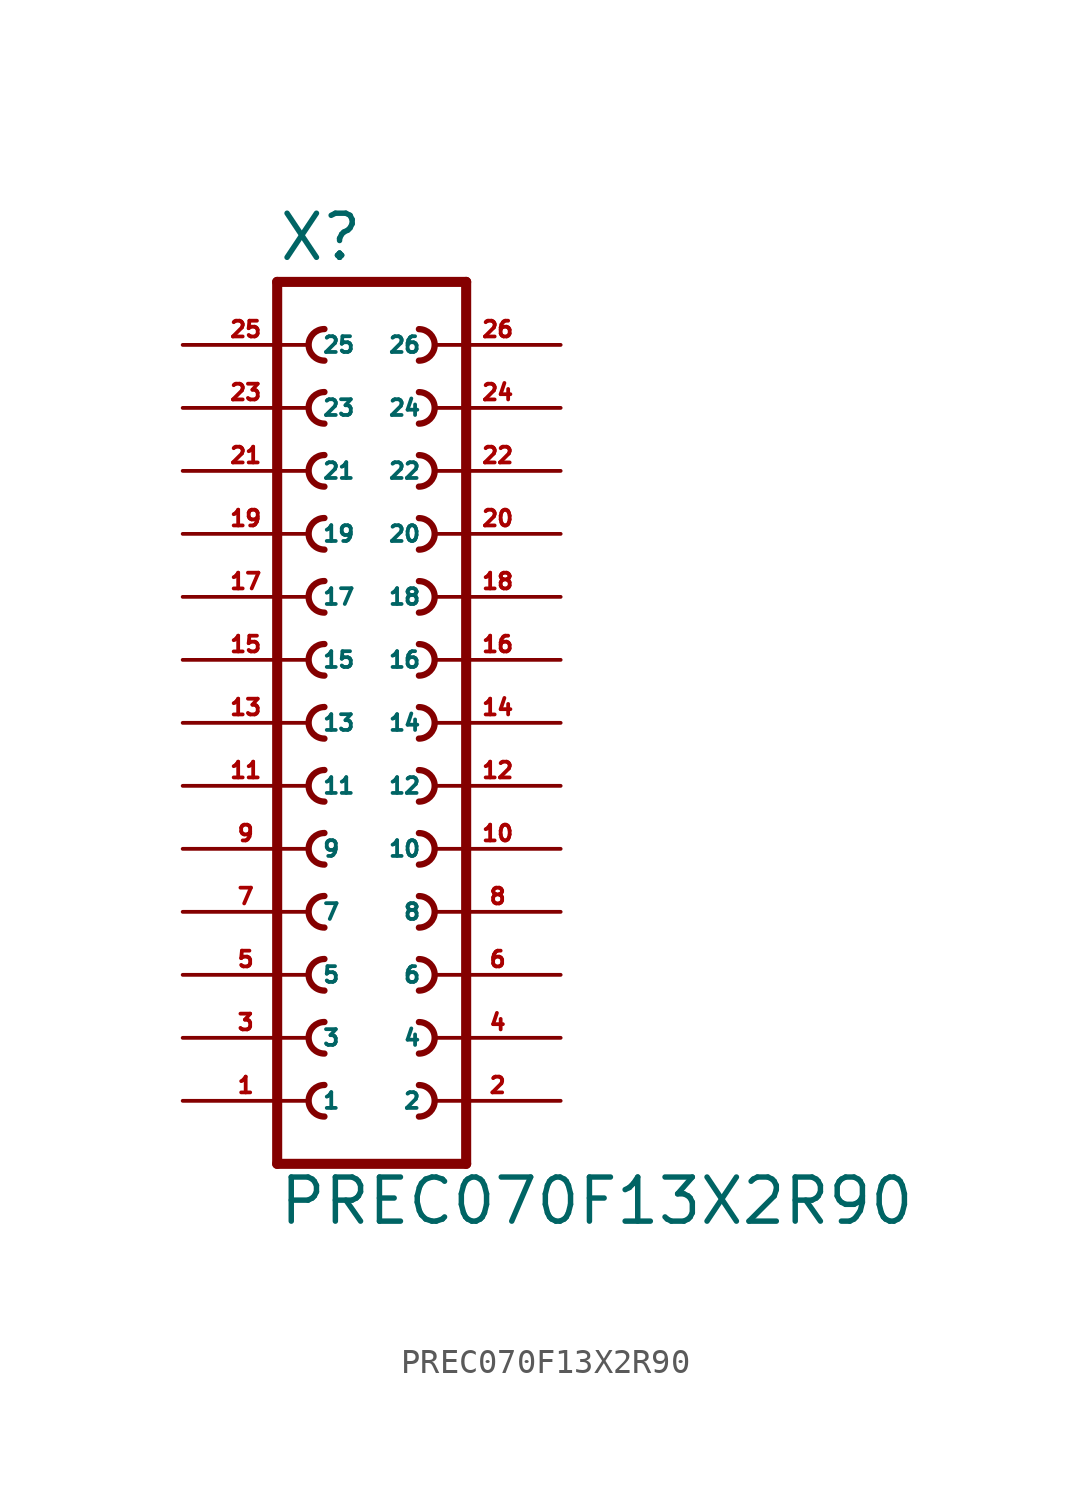
<source format=kicad_sym>
(kicad_symbol_lib
  (version 20220914)
  (generator Eagle2Kicad)
  (symbol "PREC070F13X2R90"
    (property "Reference" "X"
      (at -3.81 18.542 0)
      (effects (font (size 1.778 1.778) (thickness 0.22)) (justify left bottom)))
    (property "Value" "PREC070F13X2R90"
      (at -3.81 -20.32 0)
      (effects (font (size 1.778 1.778) (thickness 0.22)) (justify left bottom)))
    (polyline
      (pts (xy 3.81 -17.78) (xy -3.81 -17.78))
      (stroke (width 0.406) (type default))
      (fill (type none)))
    (arc
      (start -1.905 -9.525)
      (mid -2.540 -10.160)
      (end -1.905 -10.795)
      (stroke (width 0.254) (type default))
      (fill (type none)))
    (arc
      (start -1.905 -12.065)
      (mid -2.540 -12.700)
      (end -1.905 -13.335)
      (stroke (width 0.254) (type default))
      (fill (type none)))
    (arc
      (start -1.905 -14.605)
      (mid -2.540 -15.240)
      (end -1.905 -15.875)
      (stroke (width 0.254) (type default))
      (fill (type none)))
    (arc
      (start 1.905 -10.795)
      (mid 2.540 -10.160)
      (end 1.905 -9.525)
      (stroke (width 0.254) (type default))
      (fill (type none)))
    (arc
      (start 1.905 -13.335)
      (mid 2.540 -12.700)
      (end 1.905 -12.065)
      (stroke (width 0.254) (type default))
      (fill (type none)))
    (arc
      (start 1.905 -15.875)
      (mid 2.540 -15.240)
      (end 1.905 -14.605)
      (stroke (width 0.254) (type default))
      (fill (type none)))
    (arc
      (start -1.905 -4.445)
      (mid -2.540 -5.080)
      (end -1.905 -5.715)
      (stroke (width 0.254) (type default))
      (fill (type none)))
    (arc
      (start -1.905 -6.985)
      (mid -2.540 -7.620)
      (end -1.905 -8.255)
      (stroke (width 0.254) (type default))
      (fill (type none)))
    (arc
      (start 1.905 -5.715)
      (mid 2.540 -5.080)
      (end 1.905 -4.445)
      (stroke (width 0.254) (type default))
      (fill (type none)))
    (arc
      (start 1.905 -8.255)
      (mid 2.540 -7.620)
      (end 1.905 -6.985)
      (stroke (width 0.254) (type default))
      (fill (type none)))
    (arc
      (start -1.905 3.175)
      (mid -2.540 2.540)
      (end -1.905 1.905)
      (stroke (width 0.254) (type default))
      (fill (type none)))
    (arc
      (start -1.905 0.635)
      (mid -2.540 0.000)
      (end -1.905 -0.635)
      (stroke (width 0.254) (type default))
      (fill (type none)))
    (arc
      (start -1.905 -1.905)
      (mid -2.540 -2.540)
      (end -1.905 -3.175)
      (stroke (width 0.254) (type default))
      (fill (type none)))
    (arc
      (start 1.905 1.905)
      (mid 2.540 2.540)
      (end 1.905 3.175)
      (stroke (width 0.254) (type default))
      (fill (type none)))
    (arc
      (start 1.905 -0.635)
      (mid 2.540 0.000)
      (end 1.905 0.635)
      (stroke (width 0.254) (type default))
      (fill (type none)))
    (arc
      (start 1.905 -3.175)
      (mid 2.540 -2.540)
      (end 1.905 -1.905)
      (stroke (width 0.254) (type default))
      (fill (type none)))
    (arc
      (start -1.905 8.255)
      (mid -2.540 7.620)
      (end -1.905 6.985)
      (stroke (width 0.254) (type default))
      (fill (type none)))
    (arc
      (start -1.905 5.715)
      (mid -2.540 5.080)
      (end -1.905 4.445)
      (stroke (width 0.254) (type default))
      (fill (type none)))
    (arc
      (start 1.905 6.985)
      (mid 2.540 7.620)
      (end 1.905 8.255)
      (stroke (width 0.254) (type default))
      (fill (type none)))
    (arc
      (start 1.905 4.445)
      (mid 2.540 5.080)
      (end 1.905 5.715)
      (stroke (width 0.254) (type default))
      (fill (type none)))
    (arc
      (start -1.905 15.875)
      (mid -2.540 15.240)
      (end -1.905 14.605)
      (stroke (width 0.254) (type default))
      (fill (type none)))
    (arc
      (start -1.905 13.335)
      (mid -2.540 12.700)
      (end -1.905 12.065)
      (stroke (width 0.254) (type default))
      (fill (type none)))
    (arc
      (start -1.905 10.795)
      (mid -2.540 10.160)
      (end -1.905 9.525)
      (stroke (width 0.254) (type default))
      (fill (type none)))
    (arc
      (start 1.905 14.605)
      (mid 2.540 15.240)
      (end 1.905 15.875)
      (stroke (width 0.254) (type default))
      (fill (type none)))
    (arc
      (start 1.905 12.065)
      (mid 2.540 12.700)
      (end 1.905 13.335)
      (stroke (width 0.254) (type default))
      (fill (type none)))
    (arc
      (start 1.905 9.525)
      (mid 2.540 10.160)
      (end 1.905 10.795)
      (stroke (width 0.254) (type default))
      (fill (type none)))
    (polyline
      (pts (xy -3.81 17.78) (xy -3.81 -17.78))
      (stroke (width 0.406) (type default))
      (fill (type none)))
    (polyline
      (pts (xy 3.81 -17.78) (xy 3.81 17.78))
      (stroke (width 0.406) (type default))
      (fill (type none)))
    (polyline
      (pts (xy -3.81 17.78) (xy 3.81 17.78))
      (stroke (width 0.406) (type default))
      (fill (type none)))
    (pin passive line
      (at -7.62 -15.24 0)
      (length 5.08)
      (name "1" (effects (font (size 0.635 0.635) (thickness 0.08)) (justify left bottom)))
      (number "1" (effects (font (size 0.635 0.635) (thickness 0.08)) (justify left bottom))))
    (pin passive line
      (at -7.62 -12.7 0)
      (length 5.08)
      (name "3" (effects (font (size 0.635 0.635) (thickness 0.08)) (justify left bottom)))
      (number "3" (effects (font (size 0.635 0.635) (thickness 0.08)) (justify left bottom))))
    (pin passive line
      (at -7.62 -10.16 0)
      (length 5.08)
      (name "5" (effects (font (size 0.635 0.635) (thickness 0.08)) (justify left bottom)))
      (number "5" (effects (font (size 0.635 0.635) (thickness 0.08)) (justify left bottom))))
    (pin passive line
      (at 7.62 -15.24 180)
      (length 5.08)
      (name "2" (effects (font (size 0.635 0.635) (thickness 0.08)) (justify left bottom)))
      (number "2" (effects (font (size 0.635 0.635) (thickness 0.08)) (justify left bottom))))
    (pin passive line
      (at 7.62 -12.7 180)
      (length 5.08)
      (name "4" (effects (font (size 0.635 0.635) (thickness 0.08)) (justify left bottom)))
      (number "4" (effects (font (size 0.635 0.635) (thickness 0.08)) (justify left bottom))))
    (pin passive line
      (at 7.62 -10.16 180)
      (length 5.08)
      (name "6" (effects (font (size 0.635 0.635) (thickness 0.08)) (justify left bottom)))
      (number "6" (effects (font (size 0.635 0.635) (thickness 0.08)) (justify left bottom))))
    (pin passive line
      (at -7.62 -7.62 0)
      (length 5.08)
      (name "7" (effects (font (size 0.635 0.635) (thickness 0.08)) (justify left bottom)))
      (number "7" (effects (font (size 0.635 0.635) (thickness 0.08)) (justify left bottom))))
    (pin passive line
      (at -7.62 -5.08 0)
      (length 5.08)
      (name "9" (effects (font (size 0.635 0.635) (thickness 0.08)) (justify left bottom)))
      (number "9" (effects (font (size 0.635 0.635) (thickness 0.08)) (justify left bottom))))
    (pin passive line
      (at 7.62 -7.62 180)
      (length 5.08)
      (name "8" (effects (font (size 0.635 0.635) (thickness 0.08)) (justify left bottom)))
      (number "8" (effects (font (size 0.635 0.635) (thickness 0.08)) (justify left bottom))))
    (pin passive line
      (at 7.62 -5.08 180)
      (length 5.08)
      (name "10" (effects (font (size 0.635 0.635) (thickness 0.08)) (justify left bottom)))
      (number "10" (effects (font (size 0.635 0.635) (thickness 0.08)) (justify left bottom))))
    (pin passive line
      (at -7.62 -2.54 0)
      (length 5.08)
      (name "11" (effects (font (size 0.635 0.635) (thickness 0.08)) (justify left bottom)))
      (number "11" (effects (font (size 0.635 0.635) (thickness 0.08)) (justify left bottom))))
    (pin passive line
      (at -7.62 0 0)
      (length 5.08)
      (name "13" (effects (font (size 0.635 0.635) (thickness 0.08)) (justify left bottom)))
      (number "13" (effects (font (size 0.635 0.635) (thickness 0.08)) (justify left bottom))))
    (pin passive line
      (at -7.62 2.54 0)
      (length 5.08)
      (name "15" (effects (font (size 0.635 0.635) (thickness 0.08)) (justify left bottom)))
      (number "15" (effects (font (size 0.635 0.635) (thickness 0.08)) (justify left bottom))))
    (pin passive line
      (at 7.62 -2.54 180)
      (length 5.08)
      (name "12" (effects (font (size 0.635 0.635) (thickness 0.08)) (justify left bottom)))
      (number "12" (effects (font (size 0.635 0.635) (thickness 0.08)) (justify left bottom))))
    (pin passive line
      (at 7.62 0 180)
      (length 5.08)
      (name "14" (effects (font (size 0.635 0.635) (thickness 0.08)) (justify left bottom)))
      (number "14" (effects (font (size 0.635 0.635) (thickness 0.08)) (justify left bottom))))
    (pin passive line
      (at 7.62 2.54 180)
      (length 5.08)
      (name "16" (effects (font (size 0.635 0.635) (thickness 0.08)) (justify left bottom)))
      (number "16" (effects (font (size 0.635 0.635) (thickness 0.08)) (justify left bottom))))
    (pin passive line
      (at -7.62 5.08 0)
      (length 5.08)
      (name "17" (effects (font (size 0.635 0.635) (thickness 0.08)) (justify left bottom)))
      (number "17" (effects (font (size 0.635 0.635) (thickness 0.08)) (justify left bottom))))
    (pin passive line
      (at -7.62 7.62 0)
      (length 5.08)
      (name "19" (effects (font (size 0.635 0.635) (thickness 0.08)) (justify left bottom)))
      (number "19" (effects (font (size 0.635 0.635) (thickness 0.08)) (justify left bottom))))
    (pin passive line
      (at 7.62 5.08 180)
      (length 5.08)
      (name "18" (effects (font (size 0.635 0.635) (thickness 0.08)) (justify left bottom)))
      (number "18" (effects (font (size 0.635 0.635) (thickness 0.08)) (justify left bottom))))
    (pin passive line
      (at 7.62 7.62 180)
      (length 5.08)
      (name "20" (effects (font (size 0.635 0.635) (thickness 0.08)) (justify left bottom)))
      (number "20" (effects (font (size 0.635 0.635) (thickness 0.08)) (justify left bottom))))
    (pin passive line
      (at -7.62 10.16 0)
      (length 5.08)
      (name "21" (effects (font (size 0.635 0.635) (thickness 0.08)) (justify left bottom)))
      (number "21" (effects (font (size 0.635 0.635) (thickness 0.08)) (justify left bottom))))
    (pin passive line
      (at -7.62 12.7 0)
      (length 5.08)
      (name "23" (effects (font (size 0.635 0.635) (thickness 0.08)) (justify left bottom)))
      (number "23" (effects (font (size 0.635 0.635) (thickness 0.08)) (justify left bottom))))
    (pin passive line
      (at -7.62 15.24 0)
      (length 5.08)
      (name "25" (effects (font (size 0.635 0.635) (thickness 0.08)) (justify left bottom)))
      (number "25" (effects (font (size 0.635 0.635) (thickness 0.08)) (justify left bottom))))
    (pin passive line
      (at 7.62 10.16 180)
      (length 5.08)
      (name "22" (effects (font (size 0.635 0.635) (thickness 0.08)) (justify left bottom)))
      (number "22" (effects (font (size 0.635 0.635) (thickness 0.08)) (justify left bottom))))
    (pin passive line
      (at 7.62 12.7 180)
      (length 5.08)
      (name "24" (effects (font (size 0.635 0.635) (thickness 0.08)) (justify left bottom)))
      (number "24" (effects (font (size 0.635 0.635) (thickness 0.08)) (justify left bottom))))
    (pin passive line
      (at 7.62 15.24 180)
      (length 5.08)
      (name "26" (effects (font (size 0.635 0.635) (thickness 0.08)) (justify left bottom)))
      (number "26" (effects (font (size 0.635 0.635) (thickness 0.08)) (justify left bottom))))))
</source>
